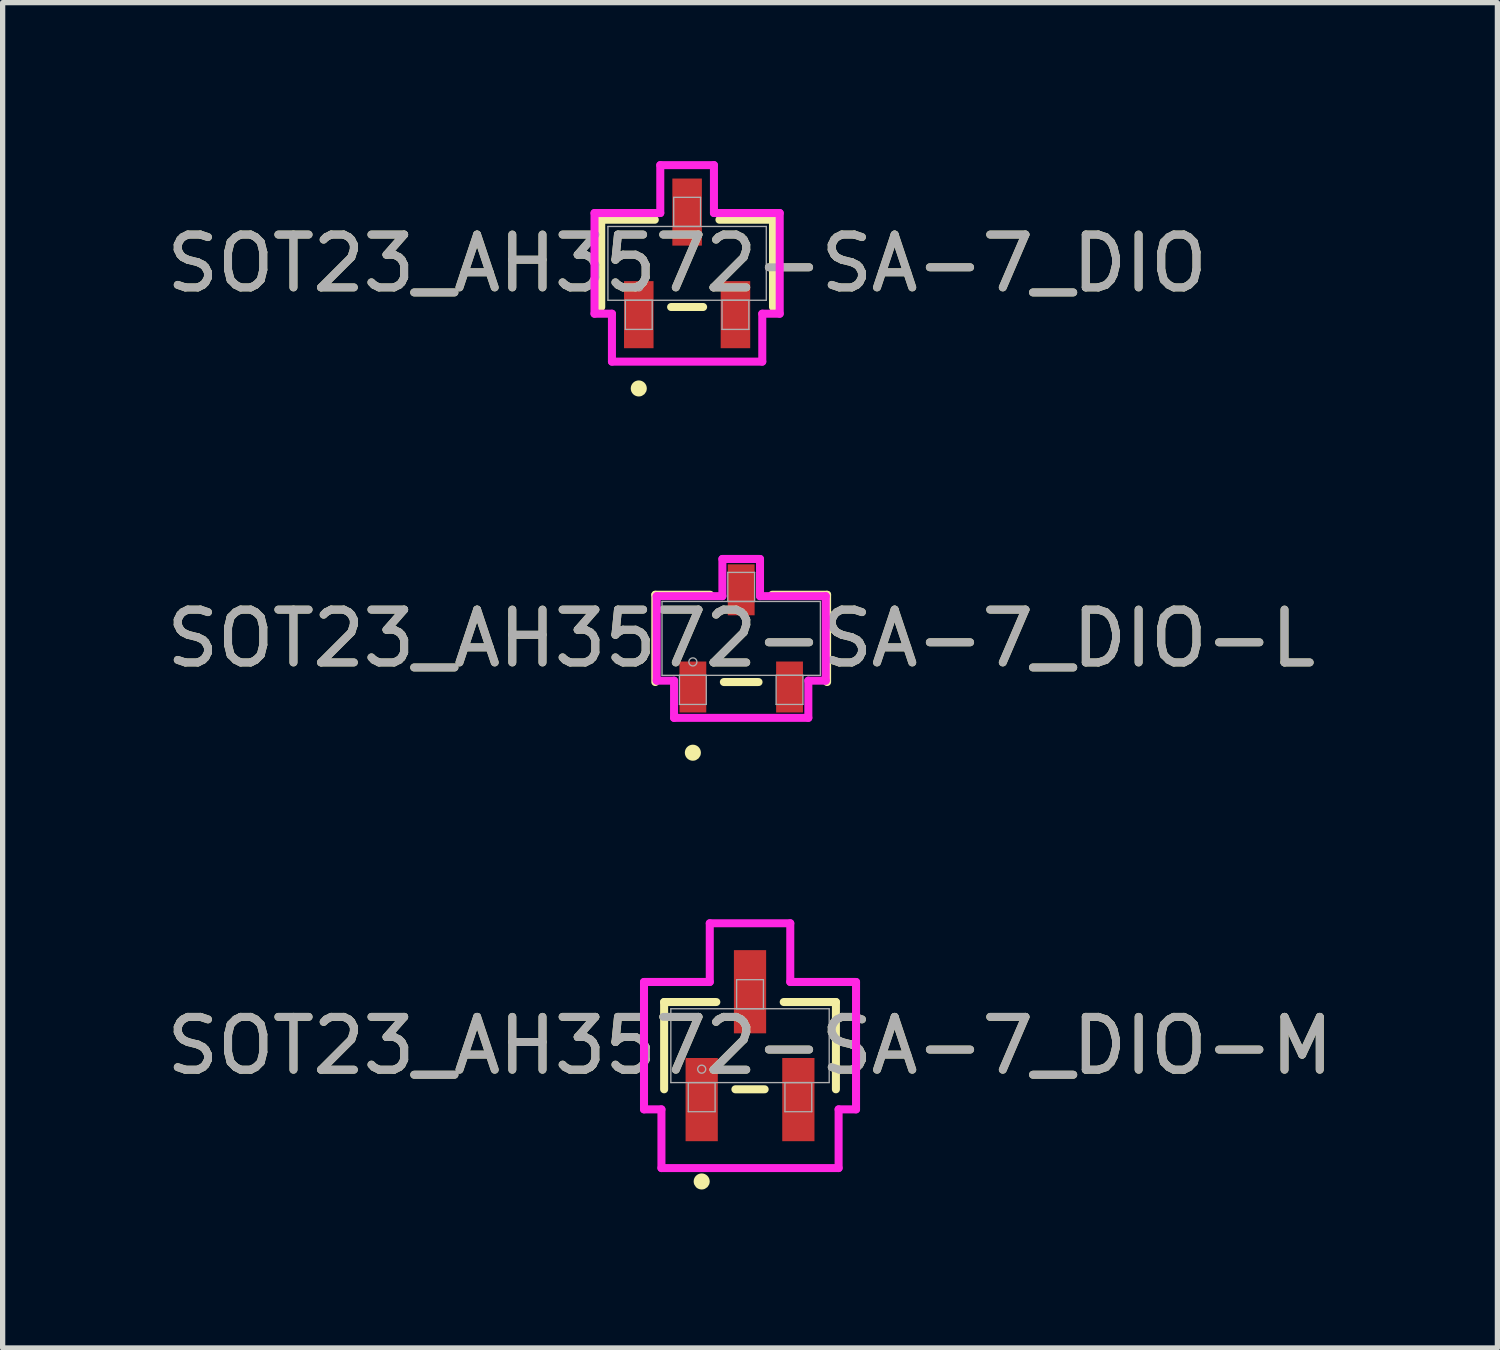
<source format=kicad_pcb>
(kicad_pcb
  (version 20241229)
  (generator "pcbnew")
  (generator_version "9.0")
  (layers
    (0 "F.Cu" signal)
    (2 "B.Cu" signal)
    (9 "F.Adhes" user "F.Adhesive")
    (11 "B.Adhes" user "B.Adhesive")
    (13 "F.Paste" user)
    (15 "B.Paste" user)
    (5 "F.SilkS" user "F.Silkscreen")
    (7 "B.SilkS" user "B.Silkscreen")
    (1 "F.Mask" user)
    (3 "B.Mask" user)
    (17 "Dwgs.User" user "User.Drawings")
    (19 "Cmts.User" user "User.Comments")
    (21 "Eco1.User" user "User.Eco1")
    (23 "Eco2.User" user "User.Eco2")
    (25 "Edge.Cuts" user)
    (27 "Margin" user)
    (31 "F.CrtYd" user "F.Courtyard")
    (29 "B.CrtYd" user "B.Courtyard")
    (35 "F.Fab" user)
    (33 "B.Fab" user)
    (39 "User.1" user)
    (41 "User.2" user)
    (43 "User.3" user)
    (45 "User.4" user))
  (footprint "SOT23_AH3572-SA-7_DIO-L"
    (layer "F.Cu")
    (at 10.982 9.036)
    (property "Reference" "SOT23_AH3572-SA-7_DIO-L" (at 0 0 0) (unlocked yes) (layer "F.SilkS") (effects (font (size 1 1) (thickness 0.15))))
    (attr smd)
    (fp_line (start -1.626 -0.826) (end -1.626 0.826) (stroke (width 0.152) (type solid)) (layer "F.SilkS"))
    (fp_line (start -0.587 -0.826) (end -1.626 -0.826) (stroke (width 0.152) (type solid)) (layer "F.SilkS"))
    (fp_line (start -0.328 0.826) (end 0.328 0.826) (stroke (width 0.152) (type solid)) (layer "F.SilkS"))
    (fp_line (start 1.626 -0.826) (end 0.587 -0.826) (stroke (width 0.152) (type solid)) (layer "F.SilkS"))
    (fp_line (start 1.626 0.826) (end 1.626 -0.826) (stroke (width 0.152) (type solid)) (layer "F.SilkS"))
    (fp_circle (center -0.915 2.164) (end -0.839 2.164) (stroke (width 0.152) (type solid)) (fill no) (layer "F.SilkS"))
    (fp_line (start -1.6 -0.8) (end -0.356 -0.8) (stroke (width 0.152) (type solid)) (layer "F.CrtYd"))
    (fp_line (start -1.6 0.8) (end -1.6 -0.8) (stroke (width 0.152) (type solid)) (layer "F.CrtYd"))
    (fp_line (start -1.6 0.8) (end -1.271 0.8) (stroke (width 0.152) (type solid)) (layer "F.CrtYd"))
    (fp_line (start -1.271 0.8) (end -1.271 1.504) (stroke (width 0.152) (type solid)) (layer "F.CrtYd"))
    (fp_line (start -1.271 1.504) (end 1.271 1.504) (stroke (width 0.152) (type solid)) (layer "F.CrtYd"))
    (fp_line (start -0.356 -1.504) (end 0.356 -1.504) (stroke (width 0.152) (type solid)) (layer "F.CrtYd"))
    (fp_line (start -0.356 -0.8) (end -0.356 -1.504) (stroke (width 0.152) (type solid)) (layer "F.CrtYd"))
    (fp_line (start 0.356 -0.8) (end 0.356 -1.504) (stroke (width 0.152) (type solid)) (layer "F.CrtYd"))
    (fp_line (start 1.271 0.8) (end 1.271 1.504) (stroke (width 0.152) (type solid)) (layer "F.CrtYd"))
    (fp_line (start 1.6 -0.8) (end 0.356 -0.8) (stroke (width 0.152) (type solid)) (layer "F.CrtYd"))
    (fp_line (start 1.6 -0.8) (end 1.6 0.8) (stroke (width 0.152) (type solid)) (layer "F.CrtYd"))
    (fp_line (start 1.6 0.8) (end 1.271 0.8) (stroke (width 0.152) (type solid)) (layer "F.CrtYd"))
    (fp_line (start -1.499 -0.699) (end -1.499 0.699) (stroke (width 0.025) (type solid)) (layer "F.Fab"))
    (fp_line (start -1.499 0.699) (end 1.499 0.699) (stroke (width 0.025) (type solid)) (layer "F.Fab"))
    (fp_line (start -1.169 0.699) (end -1.169 1.25) (stroke (width 0.025) (type solid)) (layer "F.Fab"))
    (fp_line (start -1.169 1.25) (end -0.661 1.25) (stroke (width 0.025) (type solid)) (layer "F.Fab"))
    (fp_line (start -0.661 0.699) (end -1.169 0.699) (stroke (width 0.025) (type solid)) (layer "F.Fab"))
    (fp_line (start -0.661 1.25) (end -0.661 0.699) (stroke (width 0.025) (type solid)) (layer "F.Fab"))
    (fp_line (start -0.254 -1.25) (end -0.254 -0.699) (stroke (width 0.025) (type solid)) (layer "F.Fab"))
    (fp_line (start -0.254 -0.699) (end 0.254 -0.699) (stroke (width 0.025) (type solid)) (layer "F.Fab"))
    (fp_line (start 0.254 -1.25) (end -0.254 -1.25) (stroke (width 0.025) (type solid)) (layer "F.Fab"))
    (fp_line (start 0.254 -0.699) (end 0.254 -1.25) (stroke (width 0.025) (type solid)) (layer "F.Fab"))
    (fp_line (start 0.661 0.699) (end 0.661 1.25) (stroke (width 0.025) (type solid)) (layer "F.Fab"))
    (fp_line (start 0.661 1.25) (end 1.169 1.25) (stroke (width 0.025) (type solid)) (layer "F.Fab"))
    (fp_line (start 1.169 0.699) (end 0.661 0.699) (stroke (width 0.025) (type solid)) (layer "F.Fab"))
    (fp_line (start 1.169 1.25) (end 1.169 0.699) (stroke (width 0.025) (type solid)) (layer "F.Fab"))
    (fp_line (start 1.499 -0.699) (end -1.499 -0.699) (stroke (width 0.025) (type solid)) (layer "F.Fab"))
    (fp_line (start 1.499 0.699) (end 1.499 -0.699) (stroke (width 0.025) (type solid)) (layer "F.Fab"))
    (fp_circle (center -0.915 0.445) (end -0.839 0.445) (stroke (width 0.025) (type solid)) (fill no) (layer "F.Fab"))
    (fp_text user "${REFERENCE}" (at 0 0 0) (unlocked yes) (layer "F.Fab") (effects (font (size 1 1) (thickness 0.15))))
    (pad "1" smd rect (at -0.915 0.92) (size 0.508 0.965) (layers "F.Cu" "F.Mask" "F.Paste"))
    (pad "2" smd rect (at 0 -0.92) (size 0.508 0.965) (layers "F.Cu" "F.Mask" "F.Paste"))
    (pad "3" smd rect (at 0.915 0.92) (size 0.508 0.965) (layers "F.Cu" "F.Mask" "F.Paste")))
  (footprint "SOT23_AH3572-SA-7_DIO-M"
    (layer "F.Cu")
    (at 11.149 16.746)
    (property "Reference" "SOT23_AH3572-SA-7_DIO-M" (at 0 0 0) (unlocked yes) (layer "F.SilkS") (effects (font (size 1 1) (thickness 0.15))))
    (attr smd)
    (fp_line (start -1.626 -0.826) (end -1.626 0.826) (stroke (width 0.152) (type solid)) (layer "F.SilkS"))
    (fp_line (start -0.638 -0.826) (end -1.626 -0.826) (stroke (width 0.152) (type solid)) (layer "F.SilkS"))
    (fp_line (start -0.277 0.826) (end 0.277 0.826) (stroke (width 0.152) (type solid)) (layer "F.SilkS"))
    (fp_line (start 1.626 -0.826) (end 0.638 -0.826) (stroke (width 0.152) (type solid)) (layer "F.SilkS"))
    (fp_line (start 1.626 0.826) (end 1.626 -0.826) (stroke (width 0.152) (type solid)) (layer "F.SilkS"))
    (fp_circle (center -0.915 2.571) (end -0.839 2.571) (stroke (width 0.152) (type solid)) (fill no) (layer "F.SilkS"))
    (fp_line (start -2.007 -1.206) (end -0.762 -1.206) (stroke (width 0.152) (type solid)) (layer "F.CrtYd"))
    (fp_line (start -2.007 1.206) (end -2.007 -1.206) (stroke (width 0.152) (type solid)) (layer "F.CrtYd"))
    (fp_line (start -2.007 1.206) (end -1.677 1.206) (stroke (width 0.152) (type solid)) (layer "F.CrtYd"))
    (fp_line (start -1.677 1.206) (end -1.677 2.317) (stroke (width 0.152) (type solid)) (layer "F.CrtYd"))
    (fp_line (start -1.677 2.317) (end 1.677 2.317) (stroke (width 0.152) (type solid)) (layer "F.CrtYd"))
    (fp_line (start -0.762 -2.317) (end 0.762 -2.317) (stroke (width 0.152) (type solid)) (layer "F.CrtYd"))
    (fp_line (start -0.762 -1.206) (end -0.762 -2.317) (stroke (width 0.152) (type solid)) (layer "F.CrtYd"))
    (fp_line (start 0.762 -1.206) (end 0.762 -2.317) (stroke (width 0.152) (type solid)) (layer "F.CrtYd"))
    (fp_line (start 1.677 1.206) (end 1.677 2.317) (stroke (width 0.152) (type solid)) (layer "F.CrtYd"))
    (fp_line (start 2.007 -1.206) (end 0.762 -1.206) (stroke (width 0.152) (type solid)) (layer "F.CrtYd"))
    (fp_line (start 2.007 -1.206) (end 2.007 1.206) (stroke (width 0.152) (type solid)) (layer "F.CrtYd"))
    (fp_line (start 2.007 1.206) (end 1.677 1.206) (stroke (width 0.152) (type solid)) (layer "F.CrtYd"))
    (fp_line (start -1.499 -0.699) (end -1.499 0.699) (stroke (width 0.025) (type solid)) (layer "F.Fab"))
    (fp_line (start -1.499 0.699) (end 1.499 0.699) (stroke (width 0.025) (type solid)) (layer "F.Fab"))
    (fp_line (start -1.169 0.699) (end -1.169 1.25) (stroke (width 0.025) (type solid)) (layer "F.Fab"))
    (fp_line (start -1.169 1.25) (end -0.661 1.25) (stroke (width 0.025) (type solid)) (layer "F.Fab"))
    (fp_line (start -0.661 0.699) (end -1.169 0.699) (stroke (width 0.025) (type solid)) (layer "F.Fab"))
    (fp_line (start -0.661 1.25) (end -0.661 0.699) (stroke (width 0.025) (type solid)) (layer "F.Fab"))
    (fp_line (start -0.254 -1.25) (end -0.254 -0.699) (stroke (width 0.025) (type solid)) (layer "F.Fab"))
    (fp_line (start -0.254 -0.699) (end 0.254 -0.699) (stroke (width 0.025) (type solid)) (layer "F.Fab"))
    (fp_line (start 0.254 -1.25) (end -0.254 -1.25) (stroke (width 0.025) (type solid)) (layer "F.Fab"))
    (fp_line (start 0.254 -0.699) (end 0.254 -1.25) (stroke (width 0.025) (type solid)) (layer "F.Fab"))
    (fp_line (start 0.661 0.699) (end 0.661 1.25) (stroke (width 0.025) (type solid)) (layer "F.Fab"))
    (fp_line (start 0.661 1.25) (end 1.169 1.25) (stroke (width 0.025) (type solid)) (layer "F.Fab"))
    (fp_line (start 1.169 0.699) (end 0.661 0.699) (stroke (width 0.025) (type solid)) (layer "F.Fab"))
    (fp_line (start 1.169 1.25) (end 1.169 0.699) (stroke (width 0.025) (type solid)) (layer "F.Fab"))
    (fp_line (start 1.499 -0.699) (end -1.499 -0.699) (stroke (width 0.025) (type solid)) (layer "F.Fab"))
    (fp_line (start 1.499 0.699) (end 1.499 -0.699) (stroke (width 0.025) (type solid)) (layer "F.Fab"))
    (fp_circle (center -0.915 0.445) (end -0.839 0.445) (stroke (width 0.025) (type solid)) (fill no) (layer "F.Fab"))
    (fp_text user "${REFERENCE}" (at 0 0 0) (unlocked yes) (layer "F.Fab") (effects (font (size 1 1) (thickness 0.15))))
    (pad "1" smd rect (at -0.915 1.021) (size 0.61 1.575) (layers "F.Cu" "F.Mask" "F.Paste"))
    (pad "2" smd rect (at 0 -1.021) (size 0.61 1.575) (layers "F.Cu" "F.Mask" "F.Paste"))
    (pad "3" smd rect (at 0.915 1.021) (size 0.61 1.575) (layers "F.Cu" "F.Mask" "F.Paste")))
  (footprint "SOT23_AH3572-SA-7_DIO"
    (layer "F.Cu")
    (at 9.958 1.936)
    (property "Reference" "SOT23_AH3572-SA-7_DIO" (at 0 0 0) (unlocked yes) (layer "F.SilkS") (effects (font (size 1 1) (thickness 0.15))))
    (attr smd)
    (fp_line (start -1.626 -0.826) (end -1.626 0.826) (stroke (width 0.152) (type solid)) (layer "F.SilkS"))
    (fp_line (start -0.612 -0.826) (end -1.626 -0.826) (stroke (width 0.152) (type solid)) (layer "F.SilkS"))
    (fp_line (start -0.303 0.826) (end 0.303 0.826) (stroke (width 0.152) (type solid)) (layer "F.SilkS"))
    (fp_line (start 1.626 -0.826) (end 0.612 -0.826) (stroke (width 0.152) (type solid)) (layer "F.SilkS"))
    (fp_line (start 1.626 0.826) (end 1.626 -0.826) (stroke (width 0.152) (type solid)) (layer "F.SilkS"))
    (fp_circle (center -0.915 2.368) (end -0.839 2.368) (stroke (width 0.152) (type solid)) (fill no) (layer "F.SilkS"))
    (fp_line (start -1.753 -0.953) (end -0.508 -0.953) (stroke (width 0.152) (type solid)) (layer "F.CrtYd"))
    (fp_line (start -1.753 0.953) (end -1.753 -0.953) (stroke (width 0.152) (type solid)) (layer "F.CrtYd"))
    (fp_line (start -1.753 0.953) (end -1.423 0.953) (stroke (width 0.152) (type solid)) (layer "F.CrtYd"))
    (fp_line (start -1.423 0.953) (end -1.423 1.86) (stroke (width 0.152) (type solid)) (layer "F.CrtYd"))
    (fp_line (start -1.423 1.86) (end 1.423 1.86) (stroke (width 0.152) (type solid)) (layer "F.CrtYd"))
    (fp_line (start -0.508 -1.86) (end 0.508 -1.86) (stroke (width 0.152) (type solid)) (layer "F.CrtYd"))
    (fp_line (start -0.508 -0.953) (end -0.508 -1.86) (stroke (width 0.152) (type solid)) (layer "F.CrtYd"))
    (fp_line (start 0.508 -0.953) (end 0.508 -1.86) (stroke (width 0.152) (type solid)) (layer "F.CrtYd"))
    (fp_line (start 1.423 0.953) (end 1.423 1.86) (stroke (width 0.152) (type solid)) (layer "F.CrtYd"))
    (fp_line (start 1.753 -0.953) (end 0.508 -0.953) (stroke (width 0.152) (type solid)) (layer "F.CrtYd"))
    (fp_line (start 1.753 -0.953) (end 1.753 0.953) (stroke (width 0.152) (type solid)) (layer "F.CrtYd"))
    (fp_line (start 1.753 0.953) (end 1.423 0.953) (stroke (width 0.152) (type solid)) (layer "F.CrtYd"))
    (fp_line (start -1.499 -0.699) (end -1.499 0.699) (stroke (width 0.025) (type solid)) (layer "F.Fab"))
    (fp_line (start -1.499 0.699) (end 1.499 0.699) (stroke (width 0.025) (type solid)) (layer "F.Fab"))
    (fp_line (start -1.169 0.699) (end -1.169 1.25) (stroke (width 0.025) (type solid)) (layer "F.Fab"))
    (fp_line (start -1.169 1.25) (end -0.661 1.25) (stroke (width 0.025) (type solid)) (layer "F.Fab"))
    (fp_line (start -0.661 0.699) (end -1.169 0.699) (stroke (width 0.025) (type solid)) (layer "F.Fab"))
    (fp_line (start -0.661 1.25) (end -0.661 0.699) (stroke (width 0.025) (type solid)) (layer "F.Fab"))
    (fp_line (start -0.254 -1.25) (end -0.254 -0.699) (stroke (width 0.025) (type solid)) (layer "F.Fab"))
    (fp_line (start -0.254 -0.699) (end 0.254 -0.699) (stroke (width 0.025) (type solid)) (layer "F.Fab"))
    (fp_line (start 0.254 -1.25) (end -0.254 -1.25) (stroke (width 0.025) (type solid)) (layer "F.Fab"))
    (fp_line (start 0.254 -0.699) (end 0.254 -1.25) (stroke (width 0.025) (type solid)) (layer "F.Fab"))
    (fp_line (start 0.661 0.699) (end 0.661 1.25) (stroke (width 0.025) (type solid)) (layer "F.Fab"))
    (fp_line (start 0.661 1.25) (end 1.169 1.25) (stroke (width 0.025) (type solid)) (layer "F.Fab"))
    (fp_line (start 1.169 0.699) (end 0.661 0.699) (stroke (width 0.025) (type solid)) (layer "F.Fab"))
    (fp_line (start 1.169 1.25) (end 1.169 0.699) (stroke (width 0.025) (type solid)) (layer "F.Fab"))
    (fp_line (start 1.499 -0.699) (end -1.499 -0.699) (stroke (width 0.025) (type solid)) (layer "F.Fab"))
    (fp_line (start 1.499 0.699) (end 1.499 -0.699) (stroke (width 0.025) (type solid)) (layer "F.Fab"))
    (fp_circle (center -0.915 0.445) (end -0.839 0.445) (stroke (width 0.025) (type solid)) (fill no) (layer "F.Fab"))
    (fp_text user "${REFERENCE}" (at 0 0 0) (unlocked yes) (layer "F.Fab") (effects (font (size 1 1) (thickness 0.15))))
    (pad "1" smd rect (at -0.915 0.971) (size 0.559 1.27) (layers "F.Cu" "F.Mask" "F.Paste"))
    (pad "2" smd rect (at 0 -0.971) (size 0.559 1.27) (layers "F.Cu" "F.Mask" "F.Paste"))
    (pad "3" smd rect (at 0.915 0.971) (size 0.559 1.27) (layers "F.Cu" "F.Mask" "F.Paste")))
  (gr_rect
    (start -3 -3)
    (end 25.298 22.469)
    (stroke (width 0.1) (type default))
    (fill no)
    (layer "Edge.Cuts")))
</source>
